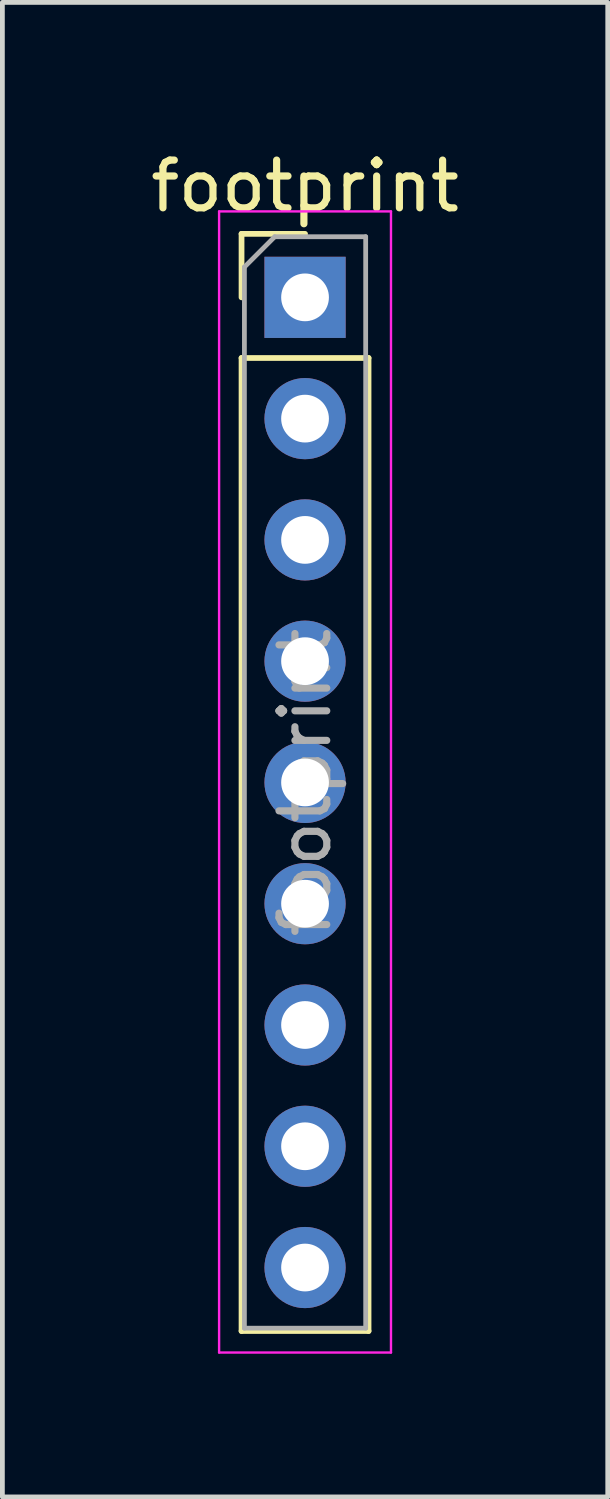
<source format=kicad_pcb>
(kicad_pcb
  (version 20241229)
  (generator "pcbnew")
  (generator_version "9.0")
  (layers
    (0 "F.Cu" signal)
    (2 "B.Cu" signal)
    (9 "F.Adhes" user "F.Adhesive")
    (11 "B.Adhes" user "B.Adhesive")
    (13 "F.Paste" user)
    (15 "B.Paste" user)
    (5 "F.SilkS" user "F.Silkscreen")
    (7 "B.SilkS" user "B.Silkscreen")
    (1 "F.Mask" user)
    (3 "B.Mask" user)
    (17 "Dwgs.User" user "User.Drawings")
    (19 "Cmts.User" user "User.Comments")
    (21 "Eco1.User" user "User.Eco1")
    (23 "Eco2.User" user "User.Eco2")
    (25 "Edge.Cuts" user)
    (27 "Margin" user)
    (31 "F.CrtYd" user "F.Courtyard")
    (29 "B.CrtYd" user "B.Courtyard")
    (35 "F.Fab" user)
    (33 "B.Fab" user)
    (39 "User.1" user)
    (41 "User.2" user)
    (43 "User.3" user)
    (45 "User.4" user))
  (footprint "footprint"
    (layer "F.Cu")
    (at 3.339 3.178)
    (property "Reference" "footprint" (at 0 -2.33 0) (layer "F.SilkS") (effects (font (size 1 1) (thickness 0.15))))
    (attr through_hole)
    (fp_line (start -1.33 -1.33) (end 0 -1.33) (stroke (width 0.12) (type solid)) (layer "F.SilkS"))
    (fp_line (start -1.33 0) (end -1.33 -1.33) (stroke (width 0.12) (type solid)) (layer "F.SilkS"))
    (fp_line (start -1.33 1.27) (end -1.33 21.65) (stroke (width 0.12) (type solid)) (layer "F.SilkS"))
    (fp_line (start -1.33 1.27) (end 1.33 1.27) (stroke (width 0.12) (type solid)) (layer "F.SilkS"))
    (fp_line (start -1.33 21.65) (end 1.33 21.65) (stroke (width 0.12) (type solid)) (layer "F.SilkS"))
    (fp_line (start 1.33 1.27) (end 1.33 21.65) (stroke (width 0.12) (type solid)) (layer "F.SilkS"))
    (fp_line (start -1.8 -1.8) (end -1.8 22.1) (stroke (width 0.05) (type solid)) (layer "F.CrtYd"))
    (fp_line (start -1.8 22.1) (end 1.8 22.1) (stroke (width 0.05) (type solid)) (layer "F.CrtYd"))
    (fp_line (start 1.8 -1.8) (end -1.8 -1.8) (stroke (width 0.05) (type solid)) (layer "F.CrtYd"))
    (fp_line (start 1.8 22.1) (end 1.8 -1.8) (stroke (width 0.05) (type solid)) (layer "F.CrtYd"))
    (fp_line (start -1.27 -0.635) (end -0.635 -1.27) (stroke (width 0.1) (type solid)) (layer "F.Fab"))
    (fp_line (start -1.27 21.59) (end -1.27 -0.635) (stroke (width 0.1) (type solid)) (layer "F.Fab"))
    (fp_line (start -0.635 -1.27) (end 1.27 -1.27) (stroke (width 0.1) (type solid)) (layer "F.Fab"))
    (fp_line (start 1.27 -1.27) (end 1.27 21.59) (stroke (width 0.1) (type solid)) (layer "F.Fab"))
    (fp_line (start 1.27 21.59) (end -1.27 21.59) (stroke (width 0.1) (type solid)) (layer "F.Fab"))
    (fp_text user "${REFERENCE}" (at 0 10.16 90) (layer "F.Fab") (effects (font (size 1 1) (thickness 0.15))))
    (pad "1" thru_hole rect (at 0 0) (size 1.7 1.7) (drill 1) (layers "*.Cu" "*.Mask"))
    (pad "2" thru_hole oval (at 0 2.54) (size 1.7 1.7) (drill 1) (layers "*.Cu" "*.Mask"))
    (pad "3" thru_hole oval (at 0 5.08) (size 1.7 1.7) (drill 1) (layers "*.Cu" "*.Mask"))
    (pad "4" thru_hole oval (at 0 7.62) (size 1.7 1.7) (drill 1) (layers "*.Cu" "*.Mask"))
    (pad "5" thru_hole oval (at 0 10.16) (size 1.7 1.7) (drill 1) (layers "*.Cu" "*.Mask"))
    (pad "6" thru_hole oval (at 0 12.7) (size 1.7 1.7) (drill 1) (layers "*.Cu" "*.Mask"))
    (pad "7" thru_hole oval (at 0 15.24) (size 1.7 1.7) (drill 1) (layers "*.Cu" "*.Mask"))
    (pad "8" thru_hole oval (at 0 17.78) (size 1.7 1.7) (drill 1) (layers "*.Cu" "*.Mask"))
    (pad "9" thru_hole oval (at 0 20.32) (size 1.7 1.7) (drill 1) (layers "*.Cu" "*.Mask")))
  (gr_rect
    (start -3 -3)
    (end 9.679 28.303)
    (stroke (width 0.1) (type default))
    (fill no)
    (layer "Edge.Cuts")))
</source>
